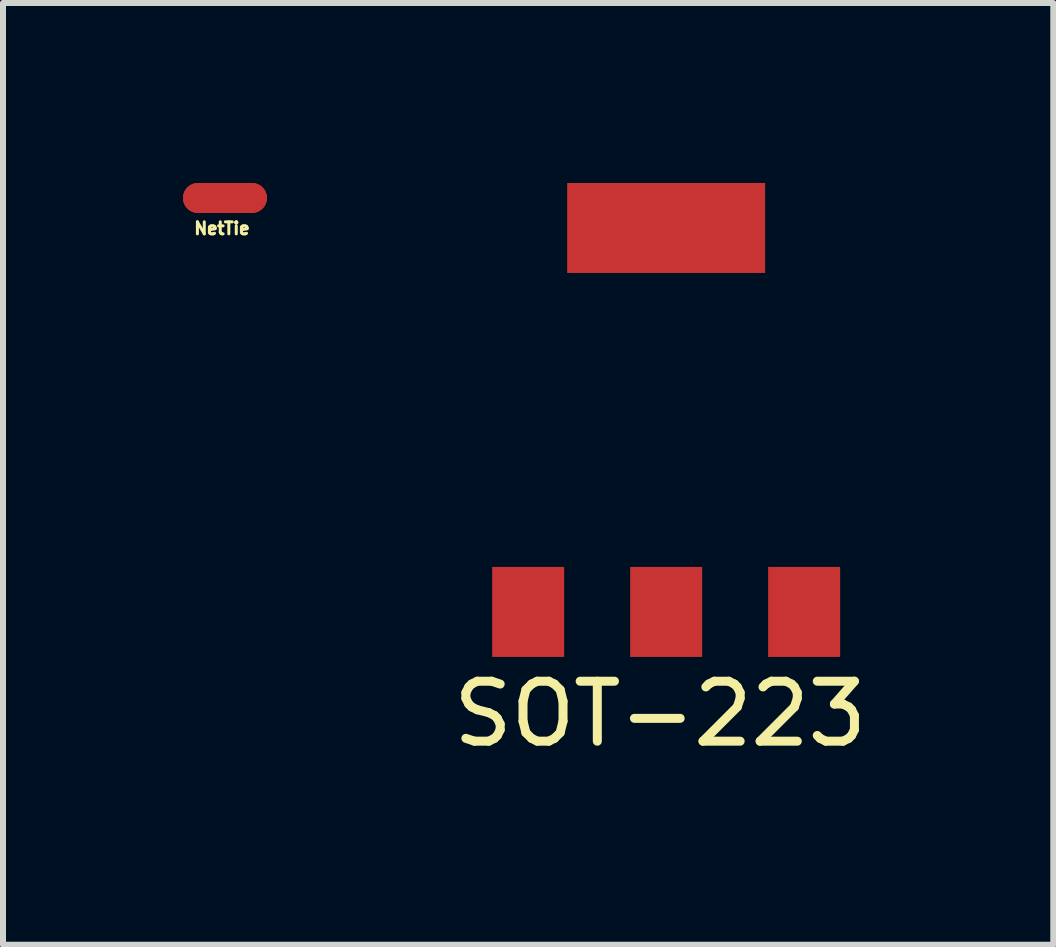
<source format=kicad_pcb>
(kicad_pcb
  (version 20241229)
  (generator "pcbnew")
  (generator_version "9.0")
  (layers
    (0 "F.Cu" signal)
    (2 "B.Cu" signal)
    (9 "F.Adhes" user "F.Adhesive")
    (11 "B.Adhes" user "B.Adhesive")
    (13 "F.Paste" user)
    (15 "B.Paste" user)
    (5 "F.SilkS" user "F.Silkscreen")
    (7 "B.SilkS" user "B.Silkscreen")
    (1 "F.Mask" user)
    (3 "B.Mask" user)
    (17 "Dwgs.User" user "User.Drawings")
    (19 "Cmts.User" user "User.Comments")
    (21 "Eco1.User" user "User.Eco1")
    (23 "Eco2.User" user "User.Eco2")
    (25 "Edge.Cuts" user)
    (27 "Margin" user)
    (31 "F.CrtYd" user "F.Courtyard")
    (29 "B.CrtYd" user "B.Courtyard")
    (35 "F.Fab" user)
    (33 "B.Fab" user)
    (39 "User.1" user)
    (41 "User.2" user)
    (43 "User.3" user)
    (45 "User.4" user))
  (footprint "NetTie"
    (layer "F.Cu")
    (at 0.65 0.25)
    (property "Reference" "NetTie" (at 0 0.508 0) (layer "F.SilkS") (effects (font (size 0.2 0.2) (thickness 0.05))))
    (attr through_hole)
    (fp_line (start -0.4 0) (end 0.5 0) (stroke (width 0.5) (type solid)) (layer "F.Cu"))
    (pad "1" smd circle (at -0.4 0) (size 0.5 0.5) (layers "F.Cu"))
    (pad "2" smd circle (at 0.5 0) (size 0.5 0.5) (layers "F.Cu")))
  (footprint "SOT-223"
    (layer "F.Cu")
    (at 8.054 7.15)
    (property "Reference" "SOT-223" (at -0.1 1.7 0) (layer "F.SilkS") (effects (font (size 1 1) (thickness 0.15))))
    (attr through_hole)
    (pad "1" smd rect (at -2.3 0) (size 1.2 1.5) (layers "F.Cu" "F.Mask" "F.Paste"))
    (pad "2" smd rect (at 0 0) (size 1.2 1.5) (layers "F.Cu" "F.Mask" "F.Paste"))
    (pad "3" smd rect (at 2.3 0) (size 1.2 1.5) (layers "F.Cu" "F.Mask" "F.Paste"))
    (pad "4" smd rect (at 0 -6.4) (size 3.3 1.5) (layers "F.Cu" "F.Mask" "F.Paste")))
  (gr_rect
    (start -3 -3)
    (end 14.507 12.698)
    (stroke (width 0.1) (type default))
    (fill no)
    (layer "Edge.Cuts")))
</source>
